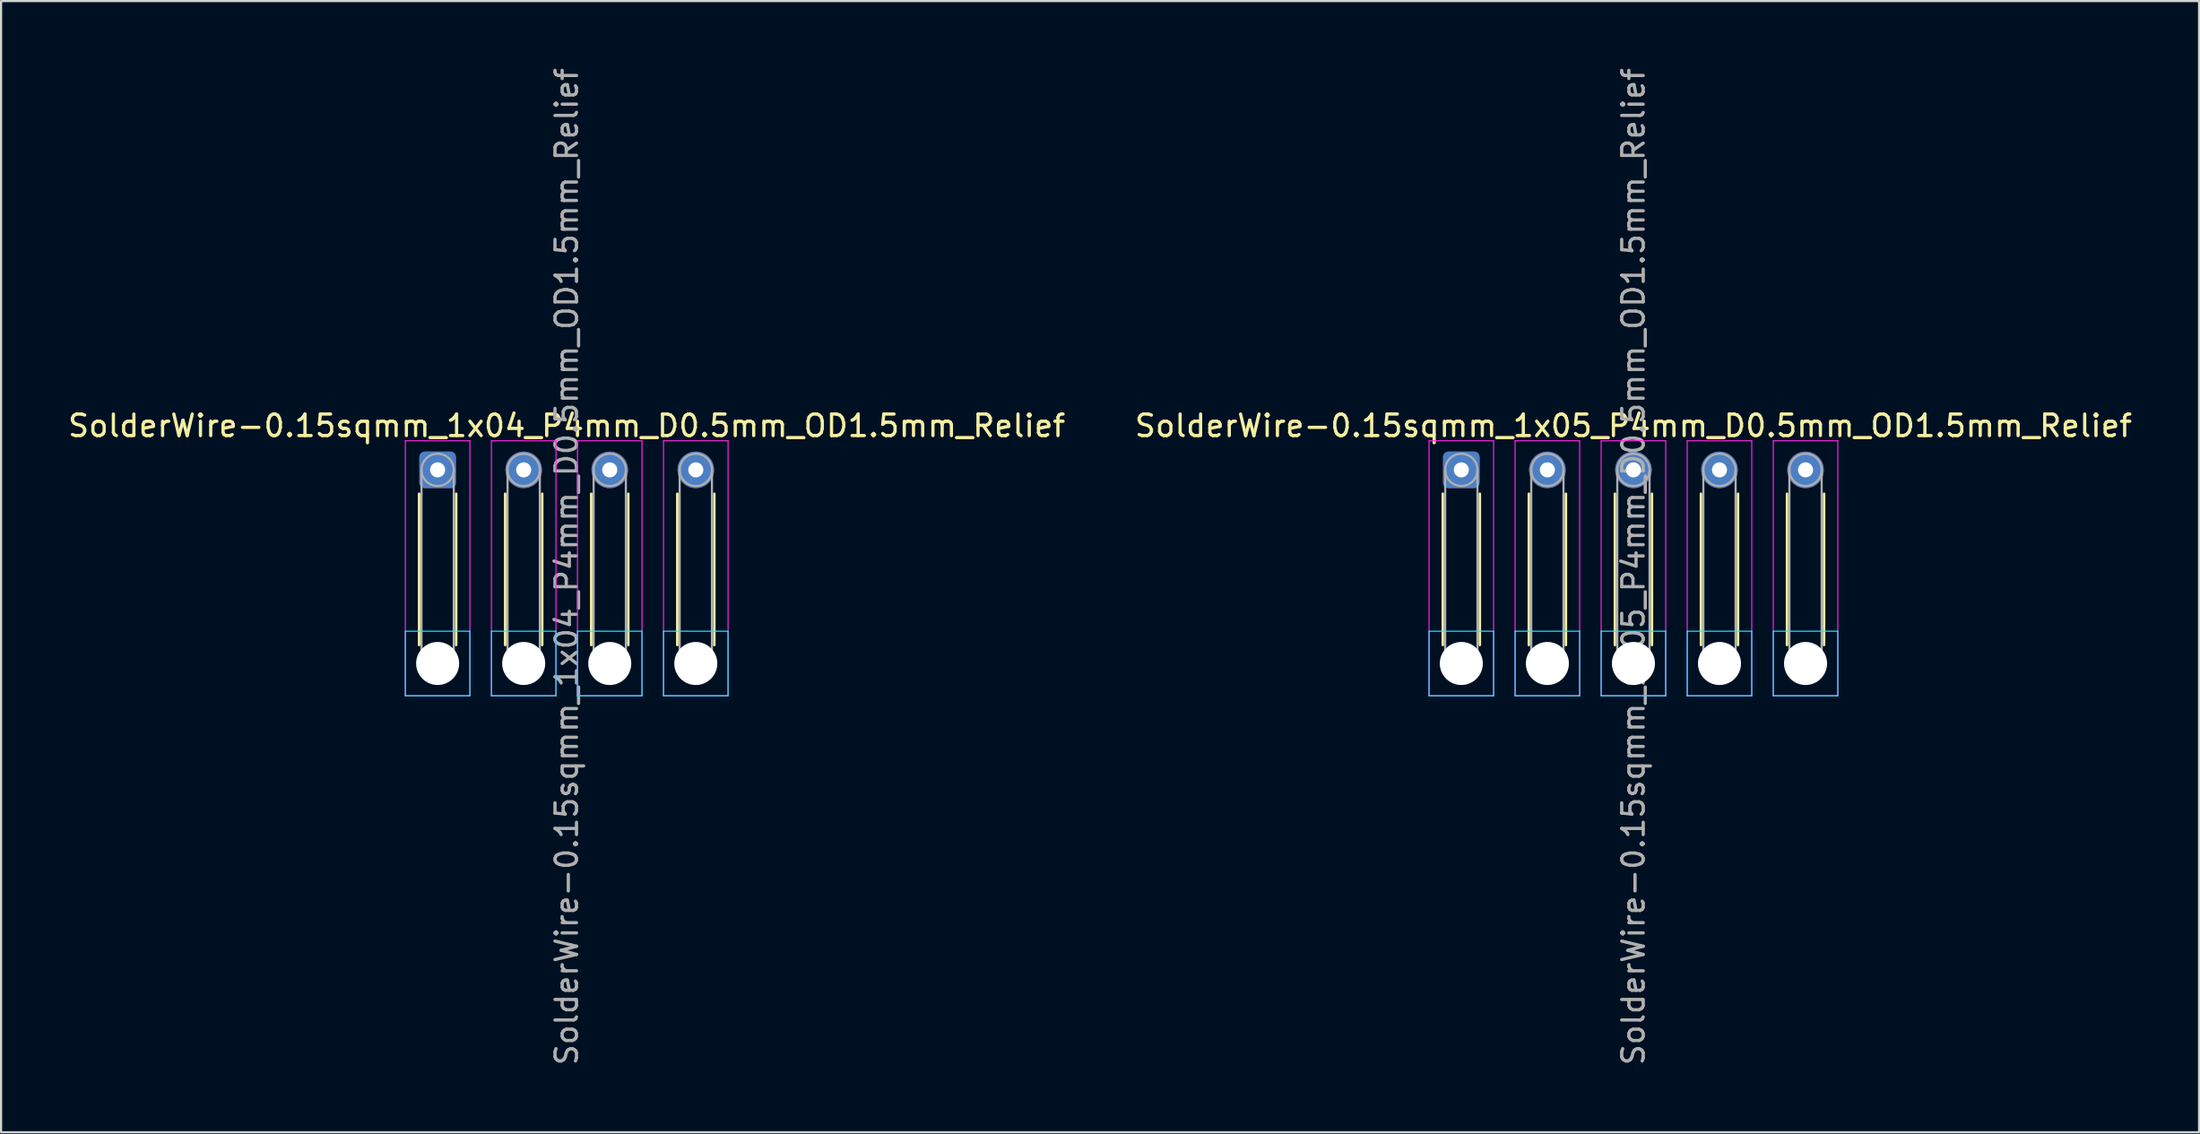
<source format=kicad_pcb>
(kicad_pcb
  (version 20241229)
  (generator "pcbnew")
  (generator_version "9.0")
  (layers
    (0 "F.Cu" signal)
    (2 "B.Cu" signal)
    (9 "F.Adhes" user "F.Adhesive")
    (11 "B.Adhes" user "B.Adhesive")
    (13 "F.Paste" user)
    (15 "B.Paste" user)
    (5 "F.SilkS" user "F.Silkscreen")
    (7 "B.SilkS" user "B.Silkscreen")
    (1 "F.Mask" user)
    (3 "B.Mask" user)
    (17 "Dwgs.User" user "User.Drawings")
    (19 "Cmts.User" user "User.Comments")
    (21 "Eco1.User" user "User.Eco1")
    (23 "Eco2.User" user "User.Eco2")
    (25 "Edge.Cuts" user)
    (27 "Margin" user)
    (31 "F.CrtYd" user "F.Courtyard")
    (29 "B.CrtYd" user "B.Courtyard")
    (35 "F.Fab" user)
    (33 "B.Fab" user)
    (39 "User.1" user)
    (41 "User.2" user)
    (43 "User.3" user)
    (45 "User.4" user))
  (footprint "SolderWire-0.15sqmm_1x05_P4mm_D0.5mm_OD1.5mm_Relief"
    (layer "F.Cu")
    (at 64.875 18.792)
    (property "Reference" "SolderWire-0.15sqmm_1x05_P4mm_D0.5mm_OD1.5mm_Relief" (at 8 -2.05 0) (layer "F.SilkS") (effects (font (size 1 1) (thickness 0.15))))
    (attr exclude_from_pos_files exclude_from_bom)
    (fp_line (start -0.86 1.11) (end -0.86 8.14) (stroke (width 0.12) (type solid)) (layer "F.SilkS"))
    (fp_line (start 0.86 1.11) (end 0.86 8.14) (stroke (width 0.12) (type solid)) (layer "F.SilkS"))
    (fp_line (start 3.14 1.11) (end 3.14 8.14) (stroke (width 0.12) (type solid)) (layer "F.SilkS"))
    (fp_line (start 4.86 1.11) (end 4.86 8.14) (stroke (width 0.12) (type solid)) (layer "F.SilkS"))
    (fp_line (start 7.14 1.11) (end 7.14 8.14) (stroke (width 0.12) (type solid)) (layer "F.SilkS"))
    (fp_line (start 8.86 1.11) (end 8.86 8.14) (stroke (width 0.12) (type solid)) (layer "F.SilkS"))
    (fp_line (start 11.14 1.11) (end 11.14 8.14) (stroke (width 0.12) (type solid)) (layer "F.SilkS"))
    (fp_line (start 12.86 1.11) (end 12.86 8.14) (stroke (width 0.12) (type solid)) (layer "F.SilkS"))
    (fp_line (start 15.14 1.11) (end 15.14 8.14) (stroke (width 0.12) (type solid)) (layer "F.SilkS"))
    (fp_line (start 16.86 1.11) (end 16.86 8.14) (stroke (width 0.12) (type solid)) (layer "F.SilkS"))
    (fp_line (start -1.5 7.5) (end -1.5 10.5) (stroke (width 0.05) (type solid)) (layer "B.CrtYd"))
    (fp_line (start -1.5 10.5) (end 1.5 10.5) (stroke (width 0.05) (type solid)) (layer "B.CrtYd"))
    (fp_line (start 1.5 7.5) (end -1.5 7.5) (stroke (width 0.05) (type solid)) (layer "B.CrtYd"))
    (fp_line (start 1.5 10.5) (end 1.5 7.5) (stroke (width 0.05) (type solid)) (layer "B.CrtYd"))
    (fp_line (start 2.5 7.5) (end 2.5 10.5) (stroke (width 0.05) (type solid)) (layer "B.CrtYd"))
    (fp_line (start 2.5 10.5) (end 5.5 10.5) (stroke (width 0.05) (type solid)) (layer "B.CrtYd"))
    (fp_line (start 5.5 7.5) (end 2.5 7.5) (stroke (width 0.05) (type solid)) (layer "B.CrtYd"))
    (fp_line (start 5.5 10.5) (end 5.5 7.5) (stroke (width 0.05) (type solid)) (layer "B.CrtYd"))
    (fp_line (start 6.5 7.5) (end 6.5 10.5) (stroke (width 0.05) (type solid)) (layer "B.CrtYd"))
    (fp_line (start 6.5 10.5) (end 9.5 10.5) (stroke (width 0.05) (type solid)) (layer "B.CrtYd"))
    (fp_line (start 9.5 7.5) (end 6.5 7.5) (stroke (width 0.05) (type solid)) (layer "B.CrtYd"))
    (fp_line (start 9.5 10.5) (end 9.5 7.5) (stroke (width 0.05) (type solid)) (layer "B.CrtYd"))
    (fp_line (start 10.5 7.5) (end 10.5 10.5) (stroke (width 0.05) (type solid)) (layer "B.CrtYd"))
    (fp_line (start 10.5 10.5) (end 13.5 10.5) (stroke (width 0.05) (type solid)) (layer "B.CrtYd"))
    (fp_line (start 13.5 7.5) (end 10.5 7.5) (stroke (width 0.05) (type solid)) (layer "B.CrtYd"))
    (fp_line (start 13.5 10.5) (end 13.5 7.5) (stroke (width 0.05) (type solid)) (layer "B.CrtYd"))
    (fp_line (start 14.5 7.5) (end 14.5 10.5) (stroke (width 0.05) (type solid)) (layer "B.CrtYd"))
    (fp_line (start 14.5 10.5) (end 17.5 10.5) (stroke (width 0.05) (type solid)) (layer "B.CrtYd"))
    (fp_line (start 17.5 7.5) (end 14.5 7.5) (stroke (width 0.05) (type solid)) (layer "B.CrtYd"))
    (fp_line (start 17.5 10.5) (end 17.5 7.5) (stroke (width 0.05) (type solid)) (layer "B.CrtYd"))
    (fp_line (start -1.5 -1.35) (end -1.5 10.5) (stroke (width 0.05) (type solid)) (layer "F.CrtYd"))
    (fp_line (start -1.5 10.5) (end 1.5 10.5) (stroke (width 0.05) (type solid)) (layer "F.CrtYd"))
    (fp_line (start 1.5 -1.35) (end -1.5 -1.35) (stroke (width 0.05) (type solid)) (layer "F.CrtYd"))
    (fp_line (start 1.5 10.5) (end 1.5 -1.35) (stroke (width 0.05) (type solid)) (layer "F.CrtYd"))
    (fp_line (start 2.5 -1.35) (end 2.5 10.5) (stroke (width 0.05) (type solid)) (layer "F.CrtYd"))
    (fp_line (start 2.5 10.5) (end 5.5 10.5) (stroke (width 0.05) (type solid)) (layer "F.CrtYd"))
    (fp_line (start 5.5 -1.35) (end 2.5 -1.35) (stroke (width 0.05) (type solid)) (layer "F.CrtYd"))
    (fp_line (start 5.5 10.5) (end 5.5 -1.35) (stroke (width 0.05) (type solid)) (layer "F.CrtYd"))
    (fp_line (start 6.5 -1.35) (end 6.5 10.5) (stroke (width 0.05) (type solid)) (layer "F.CrtYd"))
    (fp_line (start 6.5 10.5) (end 9.5 10.5) (stroke (width 0.05) (type solid)) (layer "F.CrtYd"))
    (fp_line (start 9.5 -1.35) (end 6.5 -1.35) (stroke (width 0.05) (type solid)) (layer "F.CrtYd"))
    (fp_line (start 9.5 10.5) (end 9.5 -1.35) (stroke (width 0.05) (type solid)) (layer "F.CrtYd"))
    (fp_line (start 10.5 -1.35) (end 10.5 10.5) (stroke (width 0.05) (type solid)) (layer "F.CrtYd"))
    (fp_line (start 10.5 10.5) (end 13.5 10.5) (stroke (width 0.05) (type solid)) (layer "F.CrtYd"))
    (fp_line (start 13.5 -1.35) (end 10.5 -1.35) (stroke (width 0.05) (type solid)) (layer "F.CrtYd"))
    (fp_line (start 13.5 10.5) (end 13.5 -1.35) (stroke (width 0.05) (type solid)) (layer "F.CrtYd"))
    (fp_line (start 14.5 -1.35) (end 14.5 10.5) (stroke (width 0.05) (type solid)) (layer "F.CrtYd"))
    (fp_line (start 14.5 10.5) (end 17.5 10.5) (stroke (width 0.05) (type solid)) (layer "F.CrtYd"))
    (fp_line (start 17.5 -1.35) (end 14.5 -1.35) (stroke (width 0.05) (type solid)) (layer "F.CrtYd"))
    (fp_line (start 17.5 10.5) (end 17.5 -1.35) (stroke (width 0.05) (type solid)) (layer "F.CrtYd"))
    (fp_line (start -0.75 0) (end -0.75 9) (stroke (width 0.1) (type solid)) (layer "F.Fab"))
    (fp_line (start 0.75 0) (end 0.75 9) (stroke (width 0.1) (type solid)) (layer "F.Fab"))
    (fp_line (start 3.25 0) (end 3.25 9) (stroke (width 0.1) (type solid)) (layer "F.Fab"))
    (fp_line (start 4.75 0) (end 4.75 9) (stroke (width 0.1) (type solid)) (layer "F.Fab"))
    (fp_line (start 7.25 0) (end 7.25 9) (stroke (width 0.1) (type solid)) (layer "F.Fab"))
    (fp_line (start 8.75 0) (end 8.75 9) (stroke (width 0.1) (type solid)) (layer "F.Fab"))
    (fp_line (start 11.25 0) (end 11.25 9) (stroke (width 0.1) (type solid)) (layer "F.Fab"))
    (fp_line (start 12.75 0) (end 12.75 9) (stroke (width 0.1) (type solid)) (layer "F.Fab"))
    (fp_line (start 15.25 0) (end 15.25 9) (stroke (width 0.1) (type solid)) (layer "F.Fab"))
    (fp_line (start 16.75 0) (end 16.75 9) (stroke (width 0.1) (type solid)) (layer "F.Fab"))
    (fp_circle (center 0 0) (end 0.75 0) (stroke (width 0.1) (type solid)) (fill no) (layer "F.Fab"))
    (fp_circle (center 0 9) (end 0.75 9) (stroke (width 0.1) (type solid)) (fill no) (layer "F.Fab"))
    (fp_circle (center 4 0) (end 4.75 0) (stroke (width 0.1) (type solid)) (fill no) (layer "F.Fab"))
    (fp_circle (center 4 9) (end 4.75 9) (stroke (width 0.1) (type solid)) (fill no) (layer "F.Fab"))
    (fp_circle (center 8 0) (end 8.75 0) (stroke (width 0.1) (type solid)) (fill no) (layer "F.Fab"))
    (fp_circle (center 8 9) (end 8.75 9) (stroke (width 0.1) (type solid)) (fill no) (layer "F.Fab"))
    (fp_circle (center 12 0) (end 12.75 0) (stroke (width 0.1) (type solid)) (fill no) (layer "F.Fab"))
    (fp_circle (center 12 9) (end 12.75 9) (stroke (width 0.1) (type solid)) (fill no) (layer "F.Fab"))
    (fp_circle (center 16 0) (end 16.75 0) (stroke (width 0.1) (type solid)) (fill no) (layer "F.Fab"))
    (fp_circle (center 16 9) (end 16.75 9) (stroke (width 0.1) (type solid)) (fill no) (layer "F.Fab"))
    (fp_text user "${REFERENCE}" (at 8 4.5 90) (layer "F.Fab") (effects (font (size 1 1) (thickness 0.15))))
    (pad "" np_thru_hole circle (at 0 9) (size 2 2) (drill 2) (layers "*.Cu" "*.Mask"))
    (pad "" np_thru_hole circle (at 4 9) (size 2 2) (drill 2) (layers "*.Cu" "*.Mask"))
    (pad "" np_thru_hole circle (at 8 9) (size 2 2) (drill 2) (layers "*.Cu" "*.Mask"))
    (pad "" np_thru_hole circle (at 12 9) (size 2 2) (drill 2) (layers "*.Cu" "*.Mask"))
    (pad "" np_thru_hole circle (at 16 9) (size 2 2) (drill 2) (layers "*.Cu" "*.Mask"))
    (pad "1" thru_hole roundrect (at 0 0) (size 1.7 1.7) (drill 0.7) (layers "*.Cu" "*.Mask") (roundrect_rratio 0.147))
    (pad "2" thru_hole circle (at 4 0) (size 1.7 1.7) (drill 0.7) (layers "*.Cu" "*.Mask"))
    (pad "3" thru_hole circle (at 8 0) (size 1.7 1.7) (drill 0.7) (layers "*.Cu" "*.Mask"))
    (pad "4" thru_hole circle (at 12 0) (size 1.7 1.7) (drill 0.7) (layers "*.Cu" "*.Mask"))
    (pad "5" thru_hole circle (at 16 0) (size 1.7 1.7) (drill 0.7) (layers "*.Cu" "*.Mask")))
  (footprint "SolderWire-0.15sqmm_1x04_P4mm_D0.5mm_OD1.5mm_Relief"
    (layer "F.Cu")
    (at 17.292 18.792)
    (property "Reference" "SolderWire-0.15sqmm_1x04_P4mm_D0.5mm_OD1.5mm_Relief" (at 6 -2.05 0) (layer "F.SilkS") (effects (font (size 1 1) (thickness 0.15))))
    (attr exclude_from_pos_files exclude_from_bom)
    (fp_line (start -0.86 1.11) (end -0.86 8.14) (stroke (width 0.12) (type solid)) (layer "F.SilkS"))
    (fp_line (start 0.86 1.11) (end 0.86 8.14) (stroke (width 0.12) (type solid)) (layer "F.SilkS"))
    (fp_line (start 3.14 1.11) (end 3.14 8.14) (stroke (width 0.12) (type solid)) (layer "F.SilkS"))
    (fp_line (start 4.86 1.11) (end 4.86 8.14) (stroke (width 0.12) (type solid)) (layer "F.SilkS"))
    (fp_line (start 7.14 1.11) (end 7.14 8.14) (stroke (width 0.12) (type solid)) (layer "F.SilkS"))
    (fp_line (start 8.86 1.11) (end 8.86 8.14) (stroke (width 0.12) (type solid)) (layer "F.SilkS"))
    (fp_line (start 11.14 1.11) (end 11.14 8.14) (stroke (width 0.12) (type solid)) (layer "F.SilkS"))
    (fp_line (start 12.86 1.11) (end 12.86 8.14) (stroke (width 0.12) (type solid)) (layer "F.SilkS"))
    (fp_line (start -1.5 7.5) (end -1.5 10.5) (stroke (width 0.05) (type solid)) (layer "B.CrtYd"))
    (fp_line (start -1.5 10.5) (end 1.5 10.5) (stroke (width 0.05) (type solid)) (layer "B.CrtYd"))
    (fp_line (start 1.5 7.5) (end -1.5 7.5) (stroke (width 0.05) (type solid)) (layer "B.CrtYd"))
    (fp_line (start 1.5 10.5) (end 1.5 7.5) (stroke (width 0.05) (type solid)) (layer "B.CrtYd"))
    (fp_line (start 2.5 7.5) (end 2.5 10.5) (stroke (width 0.05) (type solid)) (layer "B.CrtYd"))
    (fp_line (start 2.5 10.5) (end 5.5 10.5) (stroke (width 0.05) (type solid)) (layer "B.CrtYd"))
    (fp_line (start 5.5 7.5) (end 2.5 7.5) (stroke (width 0.05) (type solid)) (layer "B.CrtYd"))
    (fp_line (start 5.5 10.5) (end 5.5 7.5) (stroke (width 0.05) (type solid)) (layer "B.CrtYd"))
    (fp_line (start 6.5 7.5) (end 6.5 10.5) (stroke (width 0.05) (type solid)) (layer "B.CrtYd"))
    (fp_line (start 6.5 10.5) (end 9.5 10.5) (stroke (width 0.05) (type solid)) (layer "B.CrtYd"))
    (fp_line (start 9.5 7.5) (end 6.5 7.5) (stroke (width 0.05) (type solid)) (layer "B.CrtYd"))
    (fp_line (start 9.5 10.5) (end 9.5 7.5) (stroke (width 0.05) (type solid)) (layer "B.CrtYd"))
    (fp_line (start 10.5 7.5) (end 10.5 10.5) (stroke (width 0.05) (type solid)) (layer "B.CrtYd"))
    (fp_line (start 10.5 10.5) (end 13.5 10.5) (stroke (width 0.05) (type solid)) (layer "B.CrtYd"))
    (fp_line (start 13.5 7.5) (end 10.5 7.5) (stroke (width 0.05) (type solid)) (layer "B.CrtYd"))
    (fp_line (start 13.5 10.5) (end 13.5 7.5) (stroke (width 0.05) (type solid)) (layer "B.CrtYd"))
    (fp_line (start -1.5 -1.35) (end -1.5 10.5) (stroke (width 0.05) (type solid)) (layer "F.CrtYd"))
    (fp_line (start -1.5 10.5) (end 1.5 10.5) (stroke (width 0.05) (type solid)) (layer "F.CrtYd"))
    (fp_line (start 1.5 -1.35) (end -1.5 -1.35) (stroke (width 0.05) (type solid)) (layer "F.CrtYd"))
    (fp_line (start 1.5 10.5) (end 1.5 -1.35) (stroke (width 0.05) (type solid)) (layer "F.CrtYd"))
    (fp_line (start 2.5 -1.35) (end 2.5 10.5) (stroke (width 0.05) (type solid)) (layer "F.CrtYd"))
    (fp_line (start 2.5 10.5) (end 5.5 10.5) (stroke (width 0.05) (type solid)) (layer "F.CrtYd"))
    (fp_line (start 5.5 -1.35) (end 2.5 -1.35) (stroke (width 0.05) (type solid)) (layer "F.CrtYd"))
    (fp_line (start 5.5 10.5) (end 5.5 -1.35) (stroke (width 0.05) (type solid)) (layer "F.CrtYd"))
    (fp_line (start 6.5 -1.35) (end 6.5 10.5) (stroke (width 0.05) (type solid)) (layer "F.CrtYd"))
    (fp_line (start 6.5 10.5) (end 9.5 10.5) (stroke (width 0.05) (type solid)) (layer "F.CrtYd"))
    (fp_line (start 9.5 -1.35) (end 6.5 -1.35) (stroke (width 0.05) (type solid)) (layer "F.CrtYd"))
    (fp_line (start 9.5 10.5) (end 9.5 -1.35) (stroke (width 0.05) (type solid)) (layer "F.CrtYd"))
    (fp_line (start 10.5 -1.35) (end 10.5 10.5) (stroke (width 0.05) (type solid)) (layer "F.CrtYd"))
    (fp_line (start 10.5 10.5) (end 13.5 10.5) (stroke (width 0.05) (type solid)) (layer "F.CrtYd"))
    (fp_line (start 13.5 -1.35) (end 10.5 -1.35) (stroke (width 0.05) (type solid)) (layer "F.CrtYd"))
    (fp_line (start 13.5 10.5) (end 13.5 -1.35) (stroke (width 0.05) (type solid)) (layer "F.CrtYd"))
    (fp_line (start -0.75 0) (end -0.75 9) (stroke (width 0.1) (type solid)) (layer "F.Fab"))
    (fp_line (start 0.75 0) (end 0.75 9) (stroke (width 0.1) (type solid)) (layer "F.Fab"))
    (fp_line (start 3.25 0) (end 3.25 9) (stroke (width 0.1) (type solid)) (layer "F.Fab"))
    (fp_line (start 4.75 0) (end 4.75 9) (stroke (width 0.1) (type solid)) (layer "F.Fab"))
    (fp_line (start 7.25 0) (end 7.25 9) (stroke (width 0.1) (type solid)) (layer "F.Fab"))
    (fp_line (start 8.75 0) (end 8.75 9) (stroke (width 0.1) (type solid)) (layer "F.Fab"))
    (fp_line (start 11.25 0) (end 11.25 9) (stroke (width 0.1) (type solid)) (layer "F.Fab"))
    (fp_line (start 12.75 0) (end 12.75 9) (stroke (width 0.1) (type solid)) (layer "F.Fab"))
    (fp_circle (center 0 0) (end 0.75 0) (stroke (width 0.1) (type solid)) (fill no) (layer "F.Fab"))
    (fp_circle (center 0 9) (end 0.75 9) (stroke (width 0.1) (type solid)) (fill no) (layer "F.Fab"))
    (fp_circle (center 4 0) (end 4.75 0) (stroke (width 0.1) (type solid)) (fill no) (layer "F.Fab"))
    (fp_circle (center 4 9) (end 4.75 9) (stroke (width 0.1) (type solid)) (fill no) (layer "F.Fab"))
    (fp_circle (center 8 0) (end 8.75 0) (stroke (width 0.1) (type solid)) (fill no) (layer "F.Fab"))
    (fp_circle (center 8 9) (end 8.75 9) (stroke (width 0.1) (type solid)) (fill no) (layer "F.Fab"))
    (fp_circle (center 12 0) (end 12.75 0) (stroke (width 0.1) (type solid)) (fill no) (layer "F.Fab"))
    (fp_circle (center 12 9) (end 12.75 9) (stroke (width 0.1) (type solid)) (fill no) (layer "F.Fab"))
    (fp_text user "${REFERENCE}" (at 6 4.5 90) (layer "F.Fab") (effects (font (size 1 1) (thickness 0.15))))
    (pad "" np_thru_hole circle (at 0 9) (size 2 2) (drill 2) (layers "*.Cu" "*.Mask"))
    (pad "" np_thru_hole circle (at 4 9) (size 2 2) (drill 2) (layers "*.Cu" "*.Mask"))
    (pad "" np_thru_hole circle (at 8 9) (size 2 2) (drill 2) (layers "*.Cu" "*.Mask"))
    (pad "" np_thru_hole circle (at 12 9) (size 2 2) (drill 2) (layers "*.Cu" "*.Mask"))
    (pad "1" thru_hole roundrect (at 0 0) (size 1.7 1.7) (drill 0.7) (layers "*.Cu" "*.Mask") (roundrect_rratio 0.147))
    (pad "2" thru_hole circle (at 4 0) (size 1.7 1.7) (drill 0.7) (layers "*.Cu" "*.Mask"))
    (pad "3" thru_hole circle (at 8 0) (size 1.7 1.7) (drill 0.7) (layers "*.Cu" "*.Mask"))
    (pad "4" thru_hole circle (at 12 0) (size 1.7 1.7) (drill 0.7) (layers "*.Cu" "*.Mask")))
  (gr_rect
    (start -3 -3)
    (end 99.167 49.583)
    (stroke (width 0.1) (type default))
    (fill no)
    (layer "Edge.Cuts")))
</source>
